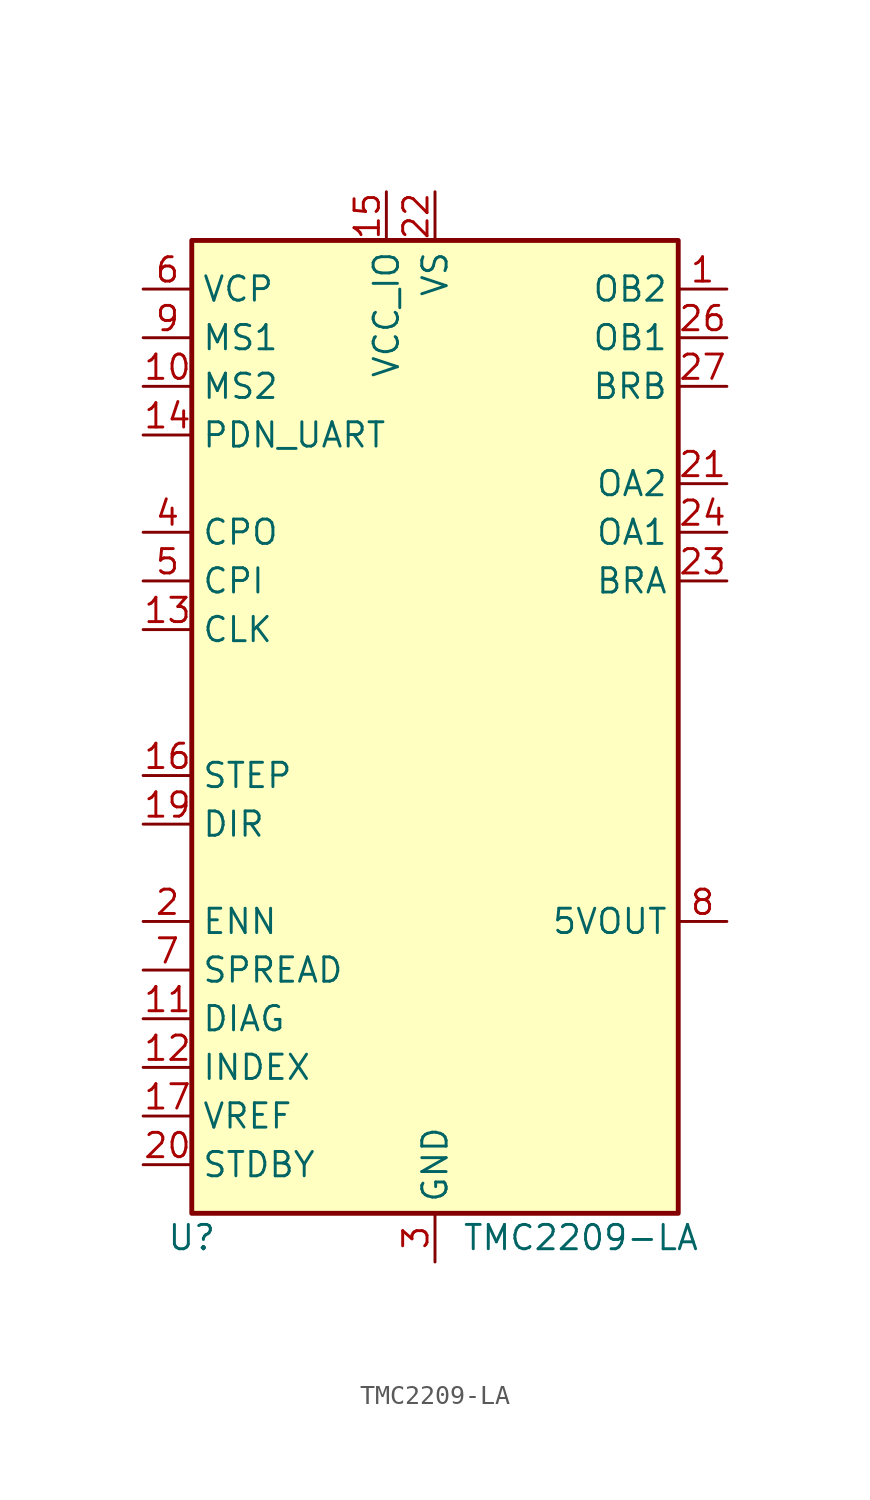
<source format=kicad_sym>
(kicad_symbol_lib
  (version 20231120)
  (generator "kicad_symbol_editor")
  (generator_version "8.0")
  (symbol "TMC2209-LA"
    (property "Reference" "U"
      (at -12.7 -26.67 0)
      (effects (font (size 1.27 1.27))))
    (property "Value" "TMC2209-LA"
      (at 7.62 -26.67 0)
      (effects (font (size 1.27 1.27))))
    (symbol "TMC2209-LA_1_1"
      (rectangle (start -12.7 25.4) (end 12.7 -25.4) (stroke (width 0.254) (type default)) (fill (type background)))
      (pin output line (at 15.24 22.86 180) (length 2.54) (name "OB2" (effects (font (size 1.27 1.27)))) (number "1" (effects (font (size 1.27 1.27)))))
      (pin input line (at -15.24 17.78 0) (length 2.54) (name "MS2" (effects (font (size 1.27 1.27)))) (number "10" (effects (font (size 1.27 1.27)))))
      (pin output line (at -15.24 -15.24 0) (length 2.54) (name "DIAG" (effects (font (size 1.27 1.27)))) (number "11" (effects (font (size 1.27 1.27)))))
      (pin output line (at -15.24 -17.78 0) (length 2.54) (name "INDEX" (effects (font (size 1.27 1.27)))) (number "12" (effects (font (size 1.27 1.27)))))
      (pin input line (at -15.24 5.08 0) (length 2.54) (name "CLK" (effects (font (size 1.27 1.27)))) (number "13" (effects (font (size 1.27 1.27)))))
      (pin bidirectional line (at -15.24 15.24 0) (length 2.54) (name "PDN_UART" (effects (font (size 1.27 1.27)))) (number "14" (effects (font (size 1.27 1.27)))))
      (pin power_in line (at -2.54 27.94 270) (length 2.54) (name "VCC_IO" (effects (font (size 1.27 1.27)))) (number "15" (effects (font (size 1.27 1.27)))))
      (pin input line (at -15.24 -2.54 0) (length 2.54) (name "STEP" (effects (font (size 1.27 1.27)))) (number "16" (effects (font (size 1.27 1.27)))))
      (pin input line (at -15.24 -20.32 0) (length 2.54) (name "VREF" (effects (font (size 1.27 1.27)))) (number "17" (effects (font (size 1.27 1.27)))))
      (pin passive line (at 0 -27.94 90) (length 2.54) hide (name "GND" (effects (font (size 1.27 1.27)))) (number "18" (effects (font (size 1.27 1.27)))))
      (pin input line (at -15.24 -5.08 0) (length 2.54) (name "DIR" (effects (font (size 1.27 1.27)))) (number "19" (effects (font (size 1.27 1.27)))))
      (pin input line (at -15.24 -10.16 0) (length 2.54) (name "ENN" (effects (font (size 1.27 1.27)))) (number "2" (effects (font (size 1.27 1.27)))))
      (pin input line (at -15.24 -22.86 0) (length 2.54) (name "STDBY" (effects (font (size 1.27 1.27)))) (number "20" (effects (font (size 1.27 1.27)))))
      (pin output line (at 15.24 12.7 180) (length 2.54) (name "OA2" (effects (font (size 1.27 1.27)))) (number "21" (effects (font (size 1.27 1.27)))))
      (pin power_in line (at 0 27.94 270) (length 2.54) (name "VS" (effects (font (size 1.27 1.27)))) (number "22" (effects (font (size 1.27 1.27)))))
      (pin passive line (at 15.24 7.62 180) (length 2.54) (name "BRA" (effects (font (size 1.27 1.27)))) (number "23" (effects (font (size 1.27 1.27)))))
      (pin output line (at 15.24 10.16 180) (length 2.54) (name "OA1" (effects (font (size 1.27 1.27)))) (number "24" (effects (font (size 1.27 1.27)))))
      (pin no_connect line (at 12.7 0 180) (length 2.54) hide (name "NC" (effects (font (size 1.27 1.27)))) (number "25" (effects (font (size 1.27 1.27)))))
      (pin output line (at 15.24 20.32 180) (length 2.54) (name "OB1" (effects (font (size 1.27 1.27)))) (number "26" (effects (font (size 1.27 1.27)))))
      (pin passive line (at 15.24 17.78 180) (length 2.54) (name "BRB" (effects (font (size 1.27 1.27)))) (number "27" (effects (font (size 1.27 1.27)))))
      (pin passive line (at 0 27.94 270) (length 2.54) hide (name "VS" (effects (font (size 1.27 1.27)))) (number "28" (effects (font (size 1.27 1.27)))))
      (pin passive line (at 0 -27.94 90) (length 2.54) hide (name "GND" (effects (font (size 1.27 1.27)))) (number "29" (effects (font (size 1.27 1.27)))))
      (pin power_in line (at 0 -27.94 90) (length 2.54) (name "GND" (effects (font (size 1.27 1.27)))) (number "3" (effects (font (size 1.27 1.27)))))
      (pin passive line (at -15.24 10.16 0) (length 2.54) (name "CPO" (effects (font (size 1.27 1.27)))) (number "4" (effects (font (size 1.27 1.27)))))
      (pin passive line (at -15.24 7.62 0) (length 2.54) (name "CPI" (effects (font (size 1.27 1.27)))) (number "5" (effects (font (size 1.27 1.27)))))
      (pin passive line (at -15.24 22.86 0) (length 2.54) (name "VCP" (effects (font (size 1.27 1.27)))) (number "6" (effects (font (size 1.27 1.27)))))
      (pin input line (at -15.24 -12.7 0) (length 2.54) (name "SPREAD" (effects (font (size 1.27 1.27)))) (number "7" (effects (font (size 1.27 1.27)))))
      (pin power_out line (at 15.24 -10.16 180) (length 2.54) (name "5VOUT" (effects (font (size 1.27 1.27)))) (number "8" (effects (font (size 1.27 1.27)))))
      (pin input line (at -15.24 20.32 0) (length 2.54) (name "MS1" (effects (font (size 1.27 1.27)))) (number "9" (effects (font (size 1.27 1.27))))))))
</source>
